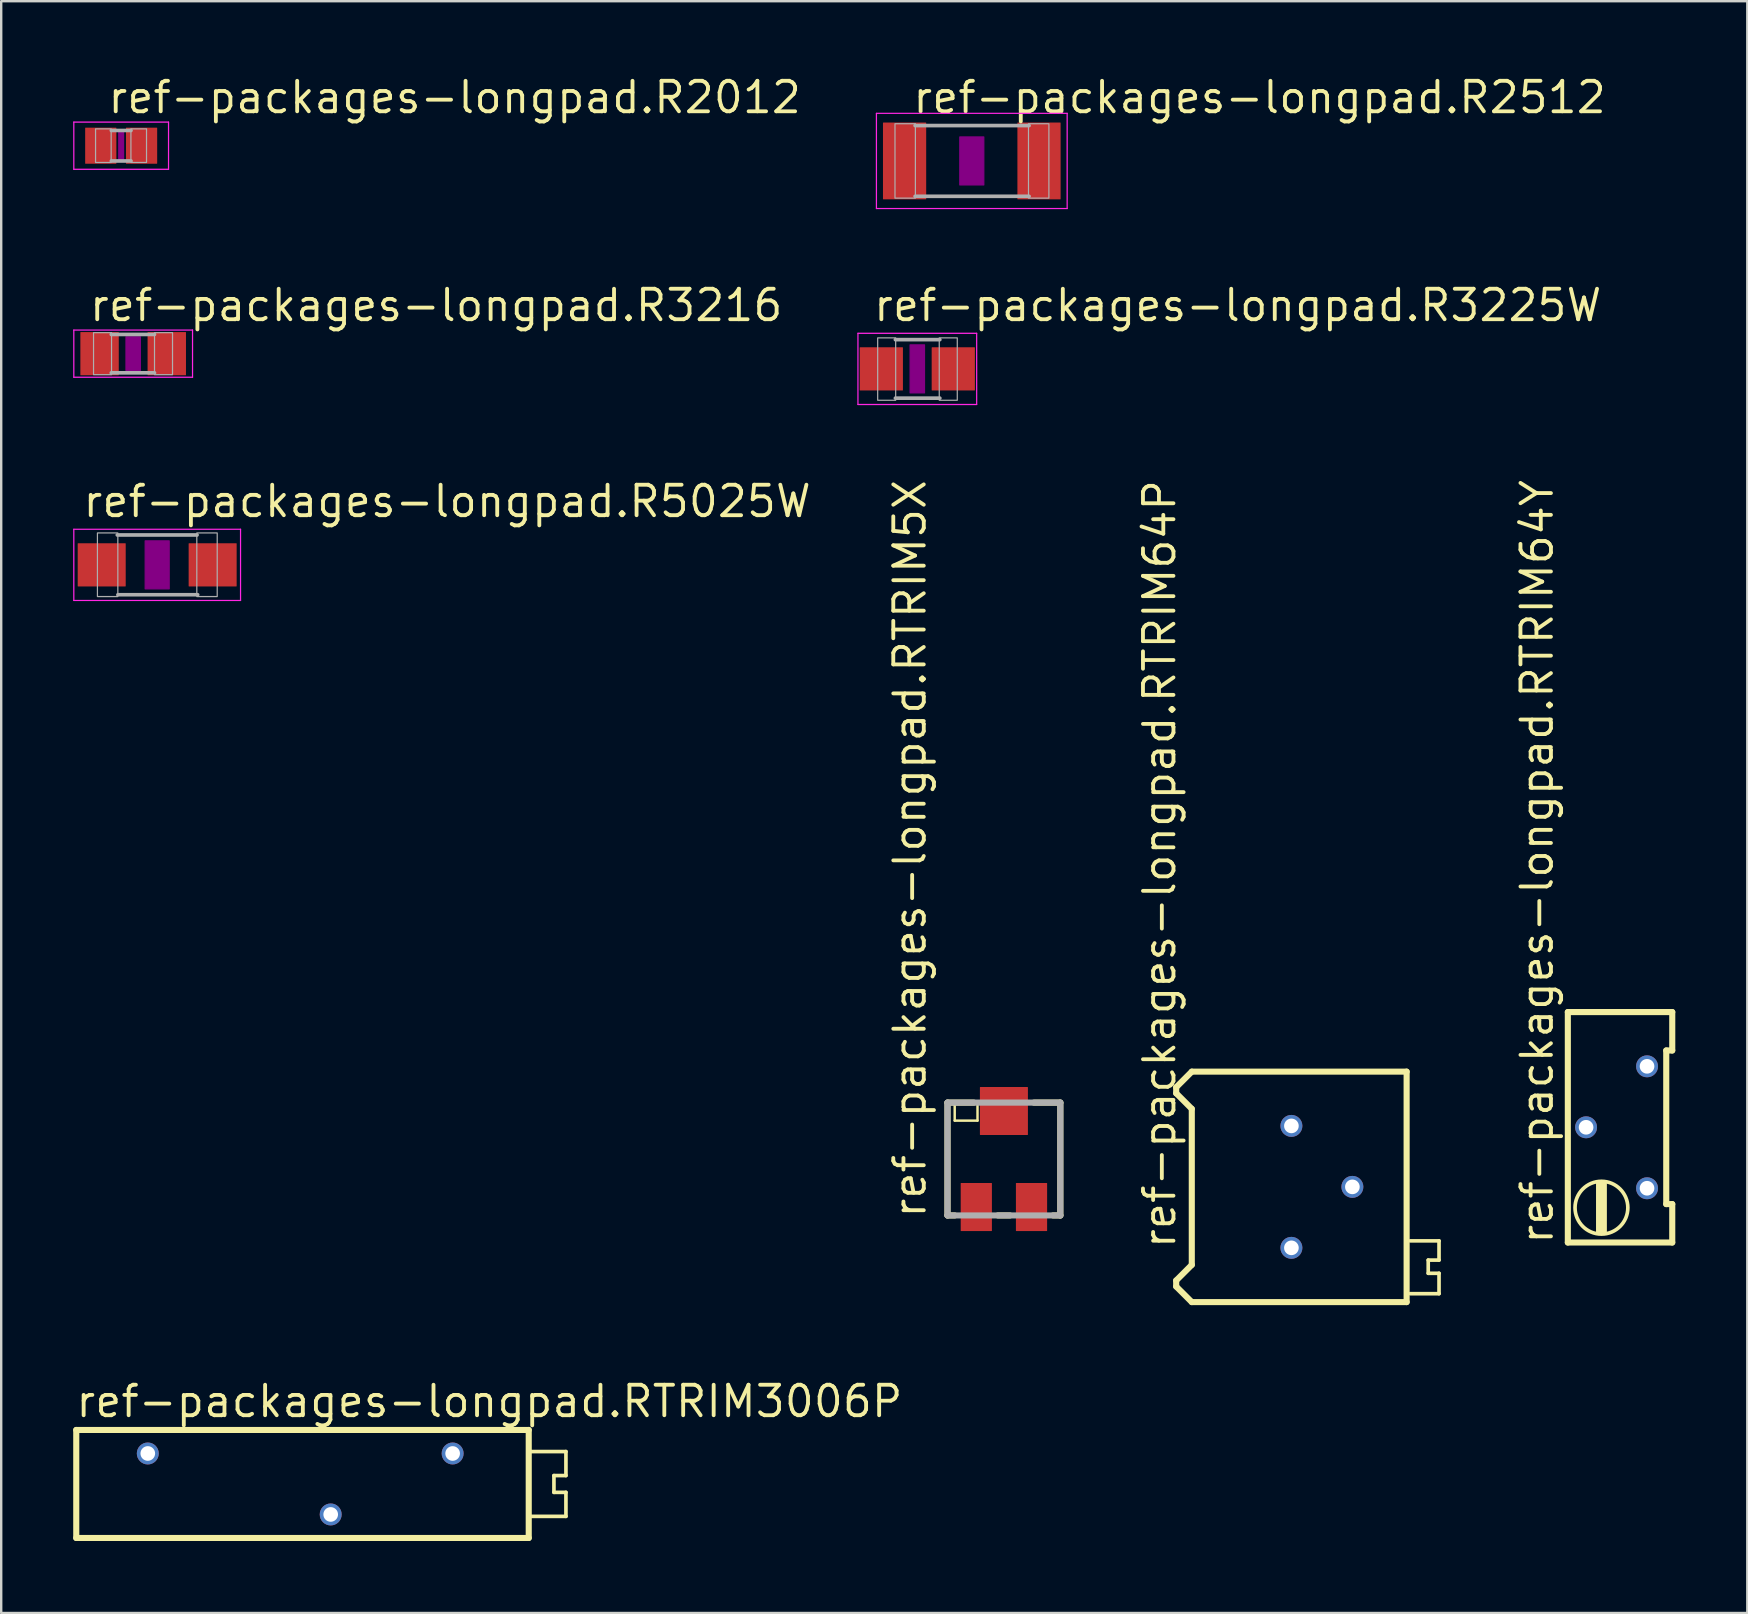
<source format=kicad_pcb>
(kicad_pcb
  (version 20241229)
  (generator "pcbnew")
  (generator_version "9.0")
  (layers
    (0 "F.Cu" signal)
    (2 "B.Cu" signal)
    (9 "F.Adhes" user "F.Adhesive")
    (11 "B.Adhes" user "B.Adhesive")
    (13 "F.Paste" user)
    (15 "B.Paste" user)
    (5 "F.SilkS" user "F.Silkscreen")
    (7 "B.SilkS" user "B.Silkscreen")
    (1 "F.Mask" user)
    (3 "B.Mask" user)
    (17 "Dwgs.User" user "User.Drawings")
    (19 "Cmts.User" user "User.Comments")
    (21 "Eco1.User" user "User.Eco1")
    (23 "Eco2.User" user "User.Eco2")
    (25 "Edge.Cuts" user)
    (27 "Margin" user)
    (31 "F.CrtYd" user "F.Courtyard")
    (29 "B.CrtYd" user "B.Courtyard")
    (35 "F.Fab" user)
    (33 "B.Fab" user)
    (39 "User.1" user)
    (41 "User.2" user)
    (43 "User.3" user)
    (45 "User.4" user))
  (footprint "ref-packages-longpad.RTRIM3006P"
    (layer "F.Cu")
    (at 10.727 58.772)
    (property "Reference" "ref-packages-longpad.RTRIM3006P" (at -10.7 -2.7 0) (layer "F.SilkS") (effects (font (size 1.27 1.27) (thickness 0.16)) (justify left bottom)))
    (attr through_hole)
    (fp_line (start -10.6 -2.25) (end -10.6 2.25) (stroke (width 0.254) (type default)) (layer "F.SilkS"))
    (fp_line (start -10.6 2.25) (end 8.25 2.25) (stroke (width 0.254) (type default)) (layer "F.SilkS"))
    (fp_line (start 8.25 -2.25) (end -10.6 -2.25) (stroke (width 0.254) (type default)) (layer "F.SilkS"))
    (fp_line (start 8.25 2.25) (end 8.25 -2.25) (stroke (width 0.254) (type default)) (layer "F.SilkS"))
    (fp_line (start 8.35 -1.35) (end 9.8 -1.35) (stroke (width 0.152) (type default)) (layer "F.SilkS"))
    (fp_line (start 9.3 -0.35) (end 9.3 0.35) (stroke (width 0.152) (type default)) (layer "F.SilkS"))
    (fp_line (start 9.3 0.35) (end 9.8 0.35) (stroke (width 0.152) (type default)) (layer "F.SilkS"))
    (fp_line (start 9.8 -1.35) (end 9.8 -0.35) (stroke (width 0.152) (type default)) (layer "F.SilkS"))
    (fp_line (start 9.8 -0.35) (end 9.3 -0.35) (stroke (width 0.152) (type default)) (layer "F.SilkS"))
    (fp_line (start 9.8 0.35) (end 9.8 1.35) (stroke (width 0.152) (type default)) (layer "F.SilkS"))
    (fp_line (start 9.8 1.35) (end 8.35 1.35) (stroke (width 0.152) (type default)) (layer "F.SilkS"))
    (pad "1" thru_hole circle (at -7.62 -1.27) (size 0.914 0.914) (drill 0.61) (layers "*.Cu" "*.Mask"))
    (pad "2" thru_hole circle (at 0 1.27) (size 0.914 0.914) (drill 0.61) (layers "*.Cu" "*.Mask"))
    (pad "3" thru_hole circle (at 5.08 -1.27) (size 0.914 0.914) (drill 0.61) (layers "*.Cu" "*.Mask")))
  (footprint "ref-packages-longpad.R2012"
    (layer "F.Cu")
    (at 1.998 3.02)
    (property "Reference" "ref-packages-longpad.R2012" (at -0.635 -1.27 0) (layer "F.SilkS") (effects (font (size 1.27 1.27) (thickness 0.16)) (justify left bottom)))
    (attr smd)
    (fp_rect (start -0.1 0.6) (end 0.1 -0.6) (stroke (width 0.05) (type default)) (fill yes) (layer "F.Adhes"))
    (fp_line (start -1.973 -0.983) (end 1.973 -0.983) (stroke (width 0.051) (type default)) (layer "F.CrtYd"))
    (fp_line (start -1.973 0.983) (end -1.973 -0.983) (stroke (width 0.051) (type default)) (layer "F.CrtYd"))
    (fp_line (start 1.973 -0.983) (end 1.973 0.983) (stroke (width 0.051) (type default)) (layer "F.CrtYd"))
    (fp_line (start 1.973 0.983) (end -1.973 0.983) (stroke (width 0.051) (type default)) (layer "F.CrtYd"))
    (fp_line (start -0.41 -0.635) (end 0.41 -0.635) (stroke (width 0.152) (type default)) (layer "F.Fab"))
    (fp_line (start -0.41 0.635) (end 0.41 0.635) (stroke (width 0.152) (type default)) (layer "F.Fab"))
    (fp_rect (start -1.067 0.699) (end -0.417 -0.702) (stroke (width 0.05) (type default)) (fill no) (layer "F.Fab"))
    (fp_rect (start 0.406 0.699) (end 1.056 -0.702) (stroke (width 0.05) (type default)) (fill no) (layer "F.Fab"))
    (pad "1" smd roundrect (at -0.85 0) (size 1.3 1.5) (layers "F.Cu" "F.Mask" "F.Paste") (roundrect_rratio 0.01))
    (pad "2" smd roundrect (at 0.85 0) (size 1.3 1.5) (layers "F.Cu" "F.Mask" "F.Paste") (roundrect_rratio 0.01)))
  (footprint "ref-packages-longpad.RTRIM5X"
    (layer "F.Cu")
    (at 38.773 45.235)
    (property "Reference" "ref-packages-longpad.RTRIM5X" (at -3.175 2.54 90) (layer "F.SilkS") (effects (font (size 1.27 1.27) (thickness 0.16)) (justify left bottom)))
    (attr smd)
    (fp_line (start -2.35 -2.35) (end -1.25 -2.35) (stroke (width 0.254) (type default)) (layer "F.SilkS"))
    (fp_line (start -2.35 2.35) (end -2.35 -2.35) (stroke (width 0.254) (type default)) (layer "F.SilkS"))
    (fp_line (start -2.05 -1.6) (end -2.05 -2.25) (stroke (width 0.102) (type default)) (layer "F.SilkS"))
    (fp_line (start -2.05 2.35) (end -2.35 2.35) (stroke (width 0.254) (type default)) (layer "F.SilkS"))
    (fp_line (start -1.1 -2.25) (end -1.1 -1.6) (stroke (width 0.102) (type default)) (layer "F.SilkS"))
    (fp_line (start -1.1 -1.6) (end -2.05 -1.6) (stroke (width 0.102) (type default)) (layer "F.SilkS"))
    (fp_line (start 0.25 2.35) (end -0.25 2.35) (stroke (width 0.254) (type default)) (layer "F.SilkS"))
    (fp_line (start 1.25 -2.35) (end 2.35 -2.35) (stroke (width 0.254) (type default)) (layer "F.SilkS"))
    (fp_line (start 2.35 -2.35) (end 2.35 2.35) (stroke (width 0.254) (type default)) (layer "F.SilkS"))
    (fp_line (start 2.35 2.35) (end 2.05 2.35) (stroke (width 0.254) (type default)) (layer "F.SilkS"))
    (fp_line (start -2.35 -2.35) (end -2.35 2.35) (stroke (width 0.254) (type default)) (layer "F.Fab"))
    (fp_line (start -2.35 2.35) (end 2.35 2.35) (stroke (width 0.254) (type default)) (layer "F.Fab"))
    (fp_line (start 2.35 -2.35) (end -2.35 -2.35) (stroke (width 0.254) (type default)) (layer "F.Fab"))
    (fp_line (start 2.35 2.35) (end 2.35 -2.35) (stroke (width 0.254) (type default)) (layer "F.Fab"))
    (pad "1" smd roundrect (at -1.15 2) (size 1.3 2) (layers "F.Cu" "F.Mask" "F.Paste") (roundrect_rratio 0.01))
    (pad "2" smd roundrect (at 0 -2) (size 2 2) (layers "F.Cu" "F.Mask" "F.Paste") (roundrect_rratio 0.01))
    (pad "3" smd roundrect (at 1.15 2) (size 1.3 2) (layers "F.Cu" "F.Mask" "F.Paste") (roundrect_rratio 0.01)))
  (footprint "ref-packages-longpad.R5025W"
    (layer "F.Cu")
    (at 3.498 20.482)
    (property "Reference" "ref-packages-longpad.R5025W" (at -3.175 -1.905 0) (layer "F.SilkS") (effects (font (size 1.27 1.27) (thickness 0.16)) (justify left bottom)))
    (attr smd)
    (fp_rect (start -0.5 1) (end 0.5 -1) (stroke (width 0.05) (type default)) (fill yes) (layer "F.Adhes"))
    (fp_line (start -3.473 -1.483) (end 3.473 -1.483) (stroke (width 0.051) (type default)) (layer "F.CrtYd"))
    (fp_line (start -3.473 1.483) (end -3.473 -1.483) (stroke (width 0.051) (type default)) (layer "F.CrtYd"))
    (fp_line (start 3.473 -1.483) (end 3.473 1.483) (stroke (width 0.051) (type default)) (layer "F.CrtYd"))
    (fp_line (start 3.473 1.483) (end -3.473 1.483) (stroke (width 0.051) (type default)) (layer "F.CrtYd"))
    (fp_line (start -1.662 -1.245) (end 1.662 -1.245) (stroke (width 0.152) (type default)) (layer "F.Fab"))
    (fp_line (start -1.637 1.245) (end 1.687 1.245) (stroke (width 0.152) (type default)) (layer "F.Fab"))
    (fp_rect (start -2.489 1.321) (end -1.639 -1.329) (stroke (width 0.05) (type default)) (fill no) (layer "F.Fab"))
    (fp_rect (start 1.651 1.321) (end 2.501 -1.329) (stroke (width 0.05) (type default)) (fill no) (layer "F.Fab"))
    (pad "1" smd roundrect (at -2.311 0) (size 2 1.8) (layers "F.Cu" "F.Mask" "F.Paste") (roundrect_rratio 0.01))
    (pad "2" smd roundrect (at 2.311 0) (size 2 1.8) (layers "F.Cu" "F.Mask" "F.Paste") (roundrect_rratio 0.01)))
  (footprint "ref-packages-longpad.R3225W"
    (layer "F.Cu")
    (at 35.165 12.318)
    (property "Reference" "ref-packages-longpad.R3225W" (at -1.905 -1.905 0) (layer "F.SilkS") (effects (font (size 1.27 1.27) (thickness 0.16)) (justify left bottom)))
    (attr smd)
    (fp_rect (start -0.3 1) (end 0.3 -1) (stroke (width 0.05) (type default)) (fill yes) (layer "F.Adhes"))
    (fp_line (start -2.473 -1.483) (end 2.473 -1.483) (stroke (width 0.051) (type default)) (layer "F.CrtYd"))
    (fp_line (start -2.473 1.483) (end -2.473 -1.483) (stroke (width 0.051) (type default)) (layer "F.CrtYd"))
    (fp_line (start 2.473 -1.483) (end 2.473 1.483) (stroke (width 0.051) (type default)) (layer "F.CrtYd"))
    (fp_line (start 2.473 1.483) (end -2.473 1.483) (stroke (width 0.051) (type default)) (layer "F.CrtYd"))
    (fp_line (start -0.913 -1.219) (end 0.939 -1.219) (stroke (width 0.152) (type default)) (layer "F.Fab"))
    (fp_line (start -0.913 1.219) (end 0.939 1.219) (stroke (width 0.152) (type default)) (layer "F.Fab"))
    (fp_rect (start -1.651 1.308) (end -0.901 -1.292) (stroke (width 0.05) (type default)) (fill no) (layer "F.Fab"))
    (fp_rect (start 0.914 1.308) (end 1.665 -1.292) (stroke (width 0.05) (type default)) (fill no) (layer "F.Fab"))
    (pad "1" smd roundrect (at -1.499 0) (size 1.8 1.8) (layers "F.Cu" "F.Mask" "F.Paste") (roundrect_rratio 0.01))
    (pad "2" smd roundrect (at 1.499 0) (size 1.8 1.8) (layers "F.Cu" "F.Mask" "F.Paste") (roundrect_rratio 0.01)))
  (footprint "ref-packages-longpad.R2512"
    (layer "F.Cu")
    (at 37.435 3.655)
    (property "Reference" "ref-packages-longpad.R2512" (at -2.54 -1.905 0) (layer "F.SilkS") (effects (font (size 1.27 1.27) (thickness 0.16)) (justify left bottom)))
    (attr smd)
    (fp_rect (start -0.5 1) (end 0.5 -1) (stroke (width 0.05) (type default)) (fill yes) (layer "F.Adhes"))
    (fp_line (start -3.973 -1.983) (end 3.973 -1.983) (stroke (width 0.051) (type default)) (layer "F.CrtYd"))
    (fp_line (start -3.973 1.983) (end -3.973 -1.983) (stroke (width 0.051) (type default)) (layer "F.CrtYd"))
    (fp_line (start 3.973 -1.983) (end 3.973 1.983) (stroke (width 0.051) (type default)) (layer "F.CrtYd"))
    (fp_line (start 3.973 1.983) (end -3.973 1.983) (stroke (width 0.051) (type default)) (layer "F.CrtYd"))
    (fp_line (start -2.362 -1.473) (end 2.387 -1.473) (stroke (width 0.152) (type default)) (layer "F.Fab"))
    (fp_line (start -2.362 1.473) (end 2.387 1.473) (stroke (width 0.152) (type default)) (layer "F.Fab"))
    (fp_rect (start -3.2 1.549) (end -2.35 -1.551) (stroke (width 0.05) (type default)) (fill no) (layer "F.Fab"))
    (fp_rect (start 2.362 1.549) (end 3.212 -1.551) (stroke (width 0.05) (type default)) (fill no) (layer "F.Fab"))
    (pad "1" smd roundrect (at -2.8 0) (size 1.8 3.2) (layers "F.Cu" "F.Mask" "F.Paste") (roundrect_rratio 0.01))
    (pad "2" smd roundrect (at 2.8 0) (size 1.8 3.2) (layers "F.Cu" "F.Mask" "F.Paste") (roundrect_rratio 0.01)))
  (footprint "ref-packages-longpad.RTRIM64Y"
    (layer "F.Cu")
    (at 65.566 43.913)
    (property "Reference" "ref-packages-longpad.RTRIM64Y" (at -3.84 4.95 90) (layer "F.SilkS") (effects (font (size 1.27 1.27) (thickness 0.16)) (justify left bottom)))
    (attr through_hole)
    (fp_line (start -3.3 -4.8) (end 1.05 -4.8) (stroke (width 0.254) (type default)) (layer "F.SilkS"))
    (fp_line (start -3.3 4.8) (end -3.3 -4.8) (stroke (width 0.254) (type default)) (layer "F.SilkS"))
    (fp_line (start 0.8 -3.2) (end 0.8 3.2) (stroke (width 0.254) (type default)) (layer "F.SilkS"))
    (fp_line (start 0.8 3.2) (end 1.05 3.2) (stroke (width 0.254) (type default)) (layer "F.SilkS"))
    (fp_line (start 1.05 -4.8) (end 1.05 -3.2) (stroke (width 0.254) (type default)) (layer "F.SilkS"))
    (fp_line (start 1.05 -3.2) (end 0.8 -3.2) (stroke (width 0.254) (type default)) (layer "F.SilkS"))
    (fp_line (start 1.05 3.2) (end 1.05 4.8) (stroke (width 0.254) (type default)) (layer "F.SilkS"))
    (fp_line (start 1.05 4.8) (end -3.3 4.8) (stroke (width 0.254) (type default)) (layer "F.SilkS"))
    (fp_rect (start -2.1 4.4) (end -1.7 2.3) (stroke (width 0.05) (type default)) (fill yes) (layer "F.SilkS"))
    (fp_circle (center -1.9 3.35) (end -0.8 3.35) (stroke (width 0.152) (type default)) (fill no) (layer "F.SilkS"))
    (pad "1" thru_hole circle (at 0 2.54) (size 0.914 0.914) (drill 0.61) (layers "*.Cu" "*.Mask"))
    (pad "2" thru_hole circle (at -2.54 0) (size 0.914 0.914) (drill 0.61) (layers "*.Cu" "*.Mask"))
    (pad "3" thru_hole circle (at 0 -2.54) (size 0.914 0.914) (drill 0.61) (layers "*.Cu" "*.Mask")))
  (footprint "ref-packages-longpad.R3216"
    (layer "F.Cu")
    (at 2.498 11.683)
    (property "Reference" "ref-packages-longpad.R3216" (at -1.905 -1.27 0) (layer "F.SilkS") (effects (font (size 1.27 1.27) (thickness 0.16)) (justify left bottom)))
    (attr smd)
    (fp_rect (start -0.3 0.7) (end 0.3 -0.7) (stroke (width 0.05) (type default)) (fill yes) (layer "F.Adhes"))
    (fp_line (start -2.473 -0.983) (end 2.473 -0.983) (stroke (width 0.051) (type default)) (layer "F.CrtYd"))
    (fp_line (start -2.473 0.983) (end -2.473 -0.983) (stroke (width 0.051) (type default)) (layer "F.CrtYd"))
    (fp_line (start 2.473 -0.983) (end 2.473 0.983) (stroke (width 0.051) (type default)) (layer "F.CrtYd"))
    (fp_line (start 2.473 0.983) (end -2.473 0.983) (stroke (width 0.051) (type default)) (layer "F.CrtYd"))
    (fp_line (start -0.913 -0.8) (end 0.888 -0.8) (stroke (width 0.152) (type default)) (layer "F.Fab"))
    (fp_line (start -0.913 0.8) (end 0.888 0.8) (stroke (width 0.152) (type default)) (layer "F.Fab"))
    (fp_rect (start -1.651 0.876) (end -0.901 -0.874) (stroke (width 0.05) (type default)) (fill no) (layer "F.Fab"))
    (fp_rect (start 0.889 0.876) (end 1.639 -0.874) (stroke (width 0.05) (type default)) (fill no) (layer "F.Fab"))
    (pad "1" smd roundrect (at -1.4 0) (size 1.6 1.8) (layers "F.Cu" "F.Mask" "F.Paste") (roundrect_rratio 0.01))
    (pad "2" smd roundrect (at 1.4 0) (size 1.6 1.8) (layers "F.Cu" "F.Mask" "F.Paste") (roundrect_rratio 0.01)))
  (footprint "ref-packages-longpad.RTRIM64P"
    (layer "F.Cu")
    (at 50.75 46.395)
    (property "Reference" "ref-packages-longpad.RTRIM64P" (at -4.75 2.65 90) (layer "F.SilkS") (effects (font (size 1.27 1.27) (thickness 0.16)) (justify left bottom)))
    (attr through_hole)
    (fp_line (start -4.8 -4.15) (end -4.15 -4.8) (stroke (width 0.254) (type default)) (layer "F.SilkS"))
    (fp_line (start -4.8 -3.9) (end -4.8 -4.15) (stroke (width 0.254) (type default)) (layer "F.SilkS"))
    (fp_line (start -4.8 3.9) (end -4.15 3.25) (stroke (width 0.254) (type default)) (layer "F.SilkS"))
    (fp_line (start -4.8 4.15) (end -4.8 3.9) (stroke (width 0.254) (type default)) (layer "F.SilkS"))
    (fp_line (start -4.15 -4.8) (end 4.8 -4.8) (stroke (width 0.254) (type default)) (layer "F.SilkS"))
    (fp_line (start -4.15 -3.25) (end -4.8 -3.9) (stroke (width 0.254) (type default)) (layer "F.SilkS"))
    (fp_line (start -4.15 3.25) (end -4.15 -3.25) (stroke (width 0.254) (type default)) (layer "F.SilkS"))
    (fp_line (start -4.15 4.8) (end -4.8 4.15) (stroke (width 0.254) (type default)) (layer "F.SilkS"))
    (fp_line (start 4.8 -4.8) (end 4.8 4.8) (stroke (width 0.254) (type default)) (layer "F.SilkS"))
    (fp_line (start 4.8 4.8) (end -4.15 4.8) (stroke (width 0.254) (type default)) (layer "F.SilkS"))
    (fp_line (start 4.95 2.25) (end 6.15 2.25) (stroke (width 0.152) (type default)) (layer "F.SilkS"))
    (fp_line (start 5.7 3.05) (end 5.7 3.6) (stroke (width 0.152) (type default)) (layer "F.SilkS"))
    (fp_line (start 5.7 3.6) (end 6.15 3.6) (stroke (width 0.152) (type default)) (layer "F.SilkS"))
    (fp_line (start 6.15 2.25) (end 6.15 3.05) (stroke (width 0.152) (type default)) (layer "F.SilkS"))
    (fp_line (start 6.15 3.05) (end 5.7 3.05) (stroke (width 0.152) (type default)) (layer "F.SilkS"))
    (fp_line (start 6.15 3.6) (end 6.15 4.45) (stroke (width 0.152) (type default)) (layer "F.SilkS"))
    (fp_line (start 6.15 4.45) (end 4.95 4.45) (stroke (width 0.152) (type default)) (layer "F.SilkS"))
    (pad "1" thru_hole circle (at 0 2.54) (size 0.914 0.914) (drill 0.61) (layers "*.Cu" "*.Mask"))
    (pad "2" thru_hole circle (at 2.54 0) (size 0.914 0.914) (drill 0.61) (layers "*.Cu" "*.Mask"))
    (pad "3" thru_hole circle (at 0 -2.54) (size 0.914 0.914) (drill 0.61) (layers "*.Cu" "*.Mask")))
  (gr_rect
    (start -3 -3)
    (end 69.743 64.149)
    (stroke (width 0.1) (type default))
    (fill no)
    (layer "Edge.Cuts")))
</source>
